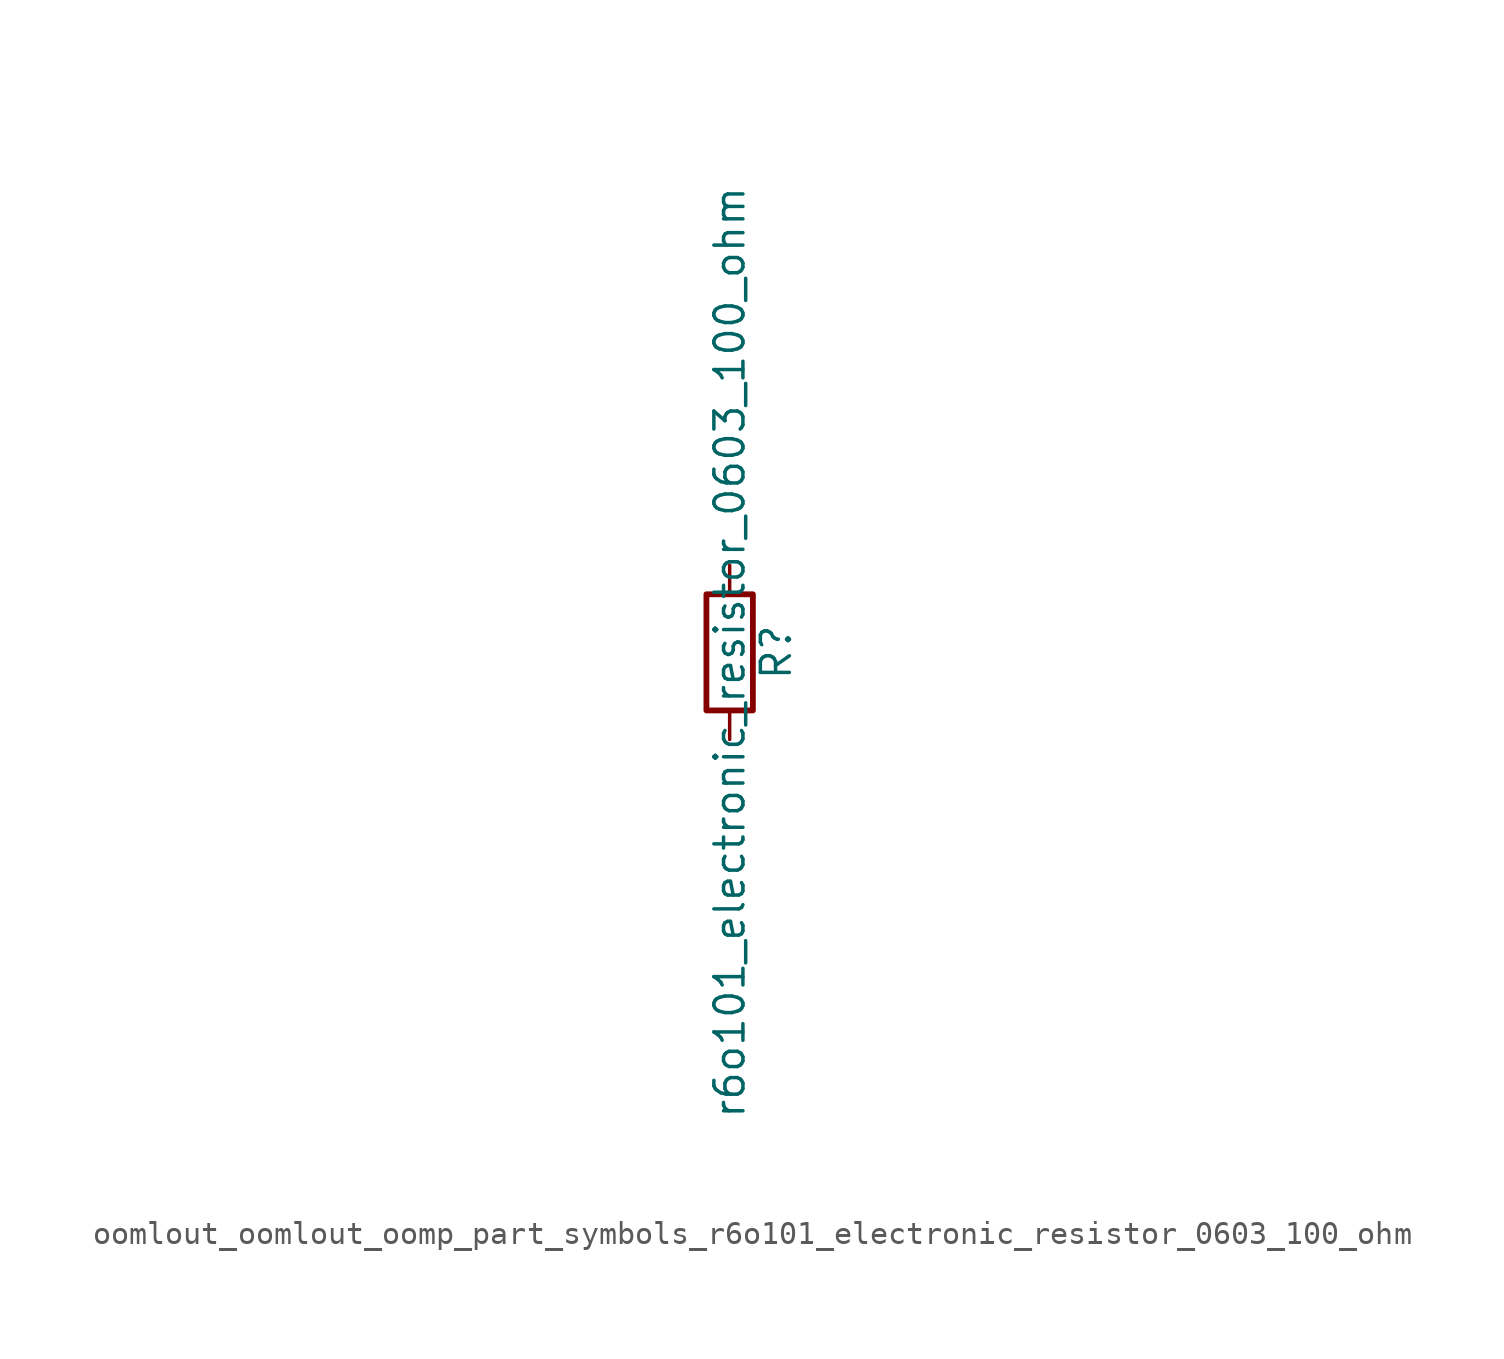
<source format=kicad_sym>
(kicad_symbol_lib
  (version 20220914)
  (generator kicad_symbol_editor)
  (symbol "oomlout_oomlout_oomp_part_symbols_r6o101_electronic_resistor_0603_100_ohm"
    (pin_numbers hide)
    (pin_names
      (offset 0))
    (property "Reference" "R"
      (at 2.032 0 90)
      (effects (font (size 1.27 1.27))))
    (property "Value" "r6o101_electronic_resistor_0603_100_ohm"
      (at 0 0 90)
      (effects (font (size 1.27 1.27))))
    (symbol "oomlout_oomlout_oomp_part_symbols_r6o101_electronic_resistor_0603_100_ohm_0_1"
      (rectangle (start -1.016 -2.54) (end 1.016 2.54) (stroke (width 0.254) (type default)) (fill (type none))))
    (symbol "oomlout_oomlout_oomp_part_symbols_r6o101_electronic_resistor_0603_100_ohm_1_1"
      (pin passive line (at 0 3.81 270) (length 1.27) (name "~" (effects (font (size 1.27 1.27)))) (number "1" (effects (font (size 1.27 1.27)))))
      (pin passive line (at 0 -3.81 90) (length 1.27) (name "~" (effects (font (size 1.27 1.27)))) (number "2" (effects (font (size 1.27 1.27))))))))
</source>
